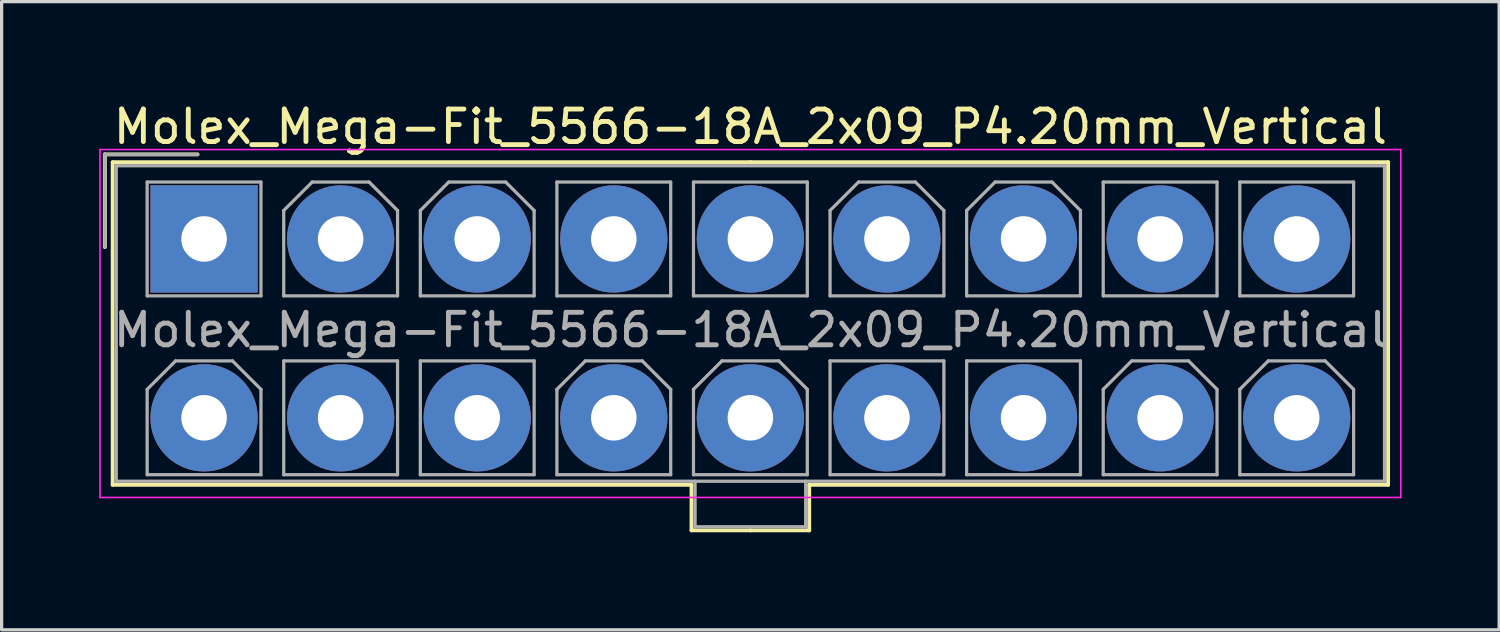
<source format=kicad_pcb>
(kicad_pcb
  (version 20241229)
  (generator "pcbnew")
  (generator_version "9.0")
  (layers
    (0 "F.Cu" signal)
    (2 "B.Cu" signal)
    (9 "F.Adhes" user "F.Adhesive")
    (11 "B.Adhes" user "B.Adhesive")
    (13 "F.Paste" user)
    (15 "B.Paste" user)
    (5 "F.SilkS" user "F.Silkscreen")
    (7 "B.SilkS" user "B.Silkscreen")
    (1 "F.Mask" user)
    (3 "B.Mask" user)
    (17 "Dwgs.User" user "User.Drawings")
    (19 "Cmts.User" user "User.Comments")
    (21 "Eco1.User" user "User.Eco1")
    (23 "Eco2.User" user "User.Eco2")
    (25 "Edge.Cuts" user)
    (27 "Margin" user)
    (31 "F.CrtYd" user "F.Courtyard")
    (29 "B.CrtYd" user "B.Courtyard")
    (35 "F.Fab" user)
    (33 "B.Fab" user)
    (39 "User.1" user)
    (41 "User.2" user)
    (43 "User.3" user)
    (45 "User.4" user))
  (footprint "Molex_Mega-Fit_5566-18A_2x09_P4.20mm_Vertical"
    (layer "F.Cu")
    (at 3.225 4.298)
    (property "Reference" "Molex_Mega-Fit_5566-18A_2x09_P4.20mm_Vertical" (at 16.8 -3.45 0) (layer "F.SilkS") (effects (font (size 1 1) (thickness 0.15))))
    (attr through_hole)
    (fp_line (start -3.05 -2.6) (end -3.05 0.25) (stroke (width 0.12) (type solid)) (layer "F.SilkS"))
    (fp_line (start -2.81 -2.36) (end -2.81 7.56) (stroke (width 0.12) (type solid)) (layer "F.SilkS"))
    (fp_line (start -2.81 7.56) (end 14.99 7.56) (stroke (width 0.12) (type solid)) (layer "F.SilkS"))
    (fp_line (start -0.2 -2.6) (end -3.05 -2.6) (stroke (width 0.12) (type solid)) (layer "F.SilkS"))
    (fp_line (start 14.99 7.56) (end 14.99 8.96) (stroke (width 0.12) (type solid)) (layer "F.SilkS"))
    (fp_line (start 14.99 8.96) (end 16.8 8.96) (stroke (width 0.12) (type solid)) (layer "F.SilkS"))
    (fp_line (start 16.8 -2.36) (end -2.81 -2.36) (stroke (width 0.12) (type solid)) (layer "F.SilkS"))
    (fp_line (start 16.8 -2.36) (end 36.41 -2.36) (stroke (width 0.12) (type solid)) (layer "F.SilkS"))
    (fp_line (start 18.61 7.56) (end 18.61 8.96) (stroke (width 0.12) (type solid)) (layer "F.SilkS"))
    (fp_line (start 18.61 8.96) (end 16.8 8.96) (stroke (width 0.12) (type solid)) (layer "F.SilkS"))
    (fp_line (start 36.41 -2.36) (end 36.41 7.56) (stroke (width 0.12) (type solid)) (layer "F.SilkS"))
    (fp_line (start 36.41 7.56) (end 18.61 7.56) (stroke (width 0.12) (type solid)) (layer "F.SilkS"))
    (fp_line (start -3.2 -2.75) (end -3.2 7.95) (stroke (width 0.05) (type solid)) (layer "F.CrtYd"))
    (fp_line (start -3.2 7.95) (end 36.8 7.95) (stroke (width 0.05) (type solid)) (layer "F.CrtYd"))
    (fp_line (start 36.8 -2.75) (end -3.2 -2.75) (stroke (width 0.05) (type solid)) (layer "F.CrtYd"))
    (fp_line (start 36.8 7.95) (end 36.8 -2.75) (stroke (width 0.05) (type solid)) (layer "F.CrtYd"))
    (fp_line (start -3.05 -2.6) (end -3.05 0.25) (stroke (width 0.1) (type solid)) (layer "F.Fab"))
    (fp_line (start -2.7 -2.25) (end -2.7 7.45) (stroke (width 0.1) (type solid)) (layer "F.Fab"))
    (fp_line (start -2.7 7.45) (end 36.3 7.45) (stroke (width 0.1) (type solid)) (layer "F.Fab"))
    (fp_line (start -1.75 -1.75) (end -1.75 1.75) (stroke (width 0.1) (type solid)) (layer "F.Fab"))
    (fp_line (start -1.75 1.75) (end 1.75 1.75) (stroke (width 0.1) (type solid)) (layer "F.Fab"))
    (fp_line (start -1.75 4.625) (end -0.875 3.75) (stroke (width 0.1) (type solid)) (layer "F.Fab"))
    (fp_line (start -1.75 7.25) (end -1.75 4.625) (stroke (width 0.1) (type solid)) (layer "F.Fab"))
    (fp_line (start -0.875 3.75) (end 0.875 3.75) (stroke (width 0.1) (type solid)) (layer "F.Fab"))
    (fp_line (start -0.2 -2.6) (end -3.05 -2.6) (stroke (width 0.1) (type solid)) (layer "F.Fab"))
    (fp_line (start 0.875 3.75) (end 1.75 4.625) (stroke (width 0.1) (type solid)) (layer "F.Fab"))
    (fp_line (start 1.75 -1.75) (end -1.75 -1.75) (stroke (width 0.1) (type solid)) (layer "F.Fab"))
    (fp_line (start 1.75 1.75) (end 1.75 -1.75) (stroke (width 0.1) (type solid)) (layer "F.Fab"))
    (fp_line (start 1.75 4.625) (end 1.75 7.25) (stroke (width 0.1) (type solid)) (layer "F.Fab"))
    (fp_line (start 1.75 7.25) (end -1.75 7.25) (stroke (width 0.1) (type solid)) (layer "F.Fab"))
    (fp_line (start 2.45 -0.875) (end 3.325 -1.75) (stroke (width 0.1) (type solid)) (layer "F.Fab"))
    (fp_line (start 2.45 1.75) (end 2.45 -0.875) (stroke (width 0.1) (type solid)) (layer "F.Fab"))
    (fp_line (start 2.45 3.75) (end 2.45 7.25) (stroke (width 0.1) (type solid)) (layer "F.Fab"))
    (fp_line (start 2.45 7.25) (end 5.95 7.25) (stroke (width 0.1) (type solid)) (layer "F.Fab"))
    (fp_line (start 3.325 -1.75) (end 5.075 -1.75) (stroke (width 0.1) (type solid)) (layer "F.Fab"))
    (fp_line (start 5.075 -1.75) (end 5.95 -0.875) (stroke (width 0.1) (type solid)) (layer "F.Fab"))
    (fp_line (start 5.95 -0.875) (end 5.95 1.75) (stroke (width 0.1) (type solid)) (layer "F.Fab"))
    (fp_line (start 5.95 1.75) (end 2.45 1.75) (stroke (width 0.1) (type solid)) (layer "F.Fab"))
    (fp_line (start 5.95 3.75) (end 2.45 3.75) (stroke (width 0.1) (type solid)) (layer "F.Fab"))
    (fp_line (start 5.95 7.25) (end 5.95 3.75) (stroke (width 0.1) (type solid)) (layer "F.Fab"))
    (fp_line (start 6.65 -0.875) (end 7.525 -1.75) (stroke (width 0.1) (type solid)) (layer "F.Fab"))
    (fp_line (start 6.65 1.75) (end 6.65 -0.875) (stroke (width 0.1) (type solid)) (layer "F.Fab"))
    (fp_line (start 6.65 3.75) (end 6.65 7.25) (stroke (width 0.1) (type solid)) (layer "F.Fab"))
    (fp_line (start 6.65 7.25) (end 10.15 7.25) (stroke (width 0.1) (type solid)) (layer "F.Fab"))
    (fp_line (start 7.525 -1.75) (end 9.275 -1.75) (stroke (width 0.1) (type solid)) (layer "F.Fab"))
    (fp_line (start 9.275 -1.75) (end 10.15 -0.875) (stroke (width 0.1) (type solid)) (layer "F.Fab"))
    (fp_line (start 10.15 -0.875) (end 10.15 1.75) (stroke (width 0.1) (type solid)) (layer "F.Fab"))
    (fp_line (start 10.15 1.75) (end 6.65 1.75) (stroke (width 0.1) (type solid)) (layer "F.Fab"))
    (fp_line (start 10.15 3.75) (end 6.65 3.75) (stroke (width 0.1) (type solid)) (layer "F.Fab"))
    (fp_line (start 10.15 7.25) (end 10.15 3.75) (stroke (width 0.1) (type solid)) (layer "F.Fab"))
    (fp_line (start 10.85 -1.75) (end 10.85 1.75) (stroke (width 0.1) (type solid)) (layer "F.Fab"))
    (fp_line (start 10.85 1.75) (end 14.35 1.75) (stroke (width 0.1) (type solid)) (layer "F.Fab"))
    (fp_line (start 10.85 4.625) (end 11.725 3.75) (stroke (width 0.1) (type solid)) (layer "F.Fab"))
    (fp_line (start 10.85 7.25) (end 10.85 4.625) (stroke (width 0.1) (type solid)) (layer "F.Fab"))
    (fp_line (start 11.725 3.75) (end 13.475 3.75) (stroke (width 0.1) (type solid)) (layer "F.Fab"))
    (fp_line (start 13.475 3.75) (end 14.35 4.625) (stroke (width 0.1) (type solid)) (layer "F.Fab"))
    (fp_line (start 14.35 -1.75) (end 10.85 -1.75) (stroke (width 0.1) (type solid)) (layer "F.Fab"))
    (fp_line (start 14.35 1.75) (end 14.35 -1.75) (stroke (width 0.1) (type solid)) (layer "F.Fab"))
    (fp_line (start 14.35 4.625) (end 14.35 7.25) (stroke (width 0.1) (type solid)) (layer "F.Fab"))
    (fp_line (start 14.35 7.25) (end 10.85 7.25) (stroke (width 0.1) (type solid)) (layer "F.Fab"))
    (fp_line (start 15.05 -1.75) (end 15.05 1.75) (stroke (width 0.1) (type solid)) (layer "F.Fab"))
    (fp_line (start 15.05 1.75) (end 18.55 1.75) (stroke (width 0.1) (type solid)) (layer "F.Fab"))
    (fp_line (start 15.05 4.625) (end 15.925 3.75) (stroke (width 0.1) (type solid)) (layer "F.Fab"))
    (fp_line (start 15.05 7.25) (end 15.05 4.625) (stroke (width 0.1) (type solid)) (layer "F.Fab"))
    (fp_line (start 15.1 7.45) (end 15.1 8.85) (stroke (width 0.1) (type solid)) (layer "F.Fab"))
    (fp_line (start 15.1 8.85) (end 18.5 8.85) (stroke (width 0.1) (type solid)) (layer "F.Fab"))
    (fp_line (start 15.925 3.75) (end 17.675 3.75) (stroke (width 0.1) (type solid)) (layer "F.Fab"))
    (fp_line (start 17.675 3.75) (end 18.55 4.625) (stroke (width 0.1) (type solid)) (layer "F.Fab"))
    (fp_line (start 18.5 8.85) (end 18.5 7.45) (stroke (width 0.1) (type solid)) (layer "F.Fab"))
    (fp_line (start 18.55 -1.75) (end 15.05 -1.75) (stroke (width 0.1) (type solid)) (layer "F.Fab"))
    (fp_line (start 18.55 1.75) (end 18.55 -1.75) (stroke (width 0.1) (type solid)) (layer "F.Fab"))
    (fp_line (start 18.55 4.625) (end 18.55 7.25) (stroke (width 0.1) (type solid)) (layer "F.Fab"))
    (fp_line (start 18.55 7.25) (end 15.05 7.25) (stroke (width 0.1) (type solid)) (layer "F.Fab"))
    (fp_line (start 19.25 -0.875) (end 20.125 -1.75) (stroke (width 0.1) (type solid)) (layer "F.Fab"))
    (fp_line (start 19.25 1.75) (end 19.25 -0.875) (stroke (width 0.1) (type solid)) (layer "F.Fab"))
    (fp_line (start 19.25 3.75) (end 19.25 7.25) (stroke (width 0.1) (type solid)) (layer "F.Fab"))
    (fp_line (start 19.25 7.25) (end 22.75 7.25) (stroke (width 0.1) (type solid)) (layer "F.Fab"))
    (fp_line (start 20.125 -1.75) (end 21.875 -1.75) (stroke (width 0.1) (type solid)) (layer "F.Fab"))
    (fp_line (start 21.875 -1.75) (end 22.75 -0.875) (stroke (width 0.1) (type solid)) (layer "F.Fab"))
    (fp_line (start 22.75 -0.875) (end 22.75 1.75) (stroke (width 0.1) (type solid)) (layer "F.Fab"))
    (fp_line (start 22.75 1.75) (end 19.25 1.75) (stroke (width 0.1) (type solid)) (layer "F.Fab"))
    (fp_line (start 22.75 3.75) (end 19.25 3.75) (stroke (width 0.1) (type solid)) (layer "F.Fab"))
    (fp_line (start 22.75 7.25) (end 22.75 3.75) (stroke (width 0.1) (type solid)) (layer "F.Fab"))
    (fp_line (start 23.45 -0.875) (end 24.325 -1.75) (stroke (width 0.1) (type solid)) (layer "F.Fab"))
    (fp_line (start 23.45 1.75) (end 23.45 -0.875) (stroke (width 0.1) (type solid)) (layer "F.Fab"))
    (fp_line (start 23.45 3.75) (end 23.45 7.25) (stroke (width 0.1) (type solid)) (layer "F.Fab"))
    (fp_line (start 23.45 7.25) (end 26.95 7.25) (stroke (width 0.1) (type solid)) (layer "F.Fab"))
    (fp_line (start 24.325 -1.75) (end 26.075 -1.75) (stroke (width 0.1) (type solid)) (layer "F.Fab"))
    (fp_line (start 26.075 -1.75) (end 26.95 -0.875) (stroke (width 0.1) (type solid)) (layer "F.Fab"))
    (fp_line (start 26.95 -0.875) (end 26.95 1.75) (stroke (width 0.1) (type solid)) (layer "F.Fab"))
    (fp_line (start 26.95 1.75) (end 23.45 1.75) (stroke (width 0.1) (type solid)) (layer "F.Fab"))
    (fp_line (start 26.95 3.75) (end 23.45 3.75) (stroke (width 0.1) (type solid)) (layer "F.Fab"))
    (fp_line (start 26.95 7.25) (end 26.95 3.75) (stroke (width 0.1) (type solid)) (layer "F.Fab"))
    (fp_line (start 27.65 -1.75) (end 27.65 1.75) (stroke (width 0.1) (type solid)) (layer "F.Fab"))
    (fp_line (start 27.65 1.75) (end 31.15 1.75) (stroke (width 0.1) (type solid)) (layer "F.Fab"))
    (fp_line (start 27.65 4.625) (end 28.525 3.75) (stroke (width 0.1) (type solid)) (layer "F.Fab"))
    (fp_line (start 27.65 7.25) (end 27.65 4.625) (stroke (width 0.1) (type solid)) (layer "F.Fab"))
    (fp_line (start 28.525 3.75) (end 30.275 3.75) (stroke (width 0.1) (type solid)) (layer "F.Fab"))
    (fp_line (start 30.275 3.75) (end 31.15 4.625) (stroke (width 0.1) (type solid)) (layer "F.Fab"))
    (fp_line (start 31.15 -1.75) (end 27.65 -1.75) (stroke (width 0.1) (type solid)) (layer "F.Fab"))
    (fp_line (start 31.15 1.75) (end 31.15 -1.75) (stroke (width 0.1) (type solid)) (layer "F.Fab"))
    (fp_line (start 31.15 4.625) (end 31.15 7.25) (stroke (width 0.1) (type solid)) (layer "F.Fab"))
    (fp_line (start 31.15 7.25) (end 27.65 7.25) (stroke (width 0.1) (type solid)) (layer "F.Fab"))
    (fp_line (start 31.85 -1.75) (end 31.85 1.75) (stroke (width 0.1) (type solid)) (layer "F.Fab"))
    (fp_line (start 31.85 1.75) (end 35.35 1.75) (stroke (width 0.1) (type solid)) (layer "F.Fab"))
    (fp_line (start 31.85 4.625) (end 32.725 3.75) (stroke (width 0.1) (type solid)) (layer "F.Fab"))
    (fp_line (start 31.85 7.25) (end 31.85 4.625) (stroke (width 0.1) (type solid)) (layer "F.Fab"))
    (fp_line (start 32.725 3.75) (end 34.475 3.75) (stroke (width 0.1) (type solid)) (layer "F.Fab"))
    (fp_line (start 34.475 3.75) (end 35.35 4.625) (stroke (width 0.1) (type solid)) (layer "F.Fab"))
    (fp_line (start 35.35 -1.75) (end 31.85 -1.75) (stroke (width 0.1) (type solid)) (layer "F.Fab"))
    (fp_line (start 35.35 1.75) (end 35.35 -1.75) (stroke (width 0.1) (type solid)) (layer "F.Fab"))
    (fp_line (start 35.35 4.625) (end 35.35 7.25) (stroke (width 0.1) (type solid)) (layer "F.Fab"))
    (fp_line (start 35.35 7.25) (end 31.85 7.25) (stroke (width 0.1) (type solid)) (layer "F.Fab"))
    (fp_line (start 36.3 -2.25) (end -2.7 -2.25) (stroke (width 0.1) (type solid)) (layer "F.Fab"))
    (fp_line (start 36.3 7.45) (end 36.3 -2.25) (stroke (width 0.1) (type solid)) (layer "F.Fab"))
    (fp_text user "${REFERENCE}" (at 16.8 2.8 0) (layer "F.Fab") (effects (font (size 1 1) (thickness 0.15))))
    (pad "1" thru_hole rect (at 0 0) (size 3.3 3.3) (drill 1.4) (layers "*.Cu" "*.Mask"))
    (pad "2" thru_hole circle (at 4.2 0) (size 3.3 3.3) (drill 1.4) (layers "*.Cu" "*.Mask"))
    (pad "3" thru_hole circle (at 8.4 0) (size 3.3 3.3) (drill 1.4) (layers "*.Cu" "*.Mask"))
    (pad "4" thru_hole circle (at 12.6 0) (size 3.3 3.3) (drill 1.4) (layers "*.Cu" "*.Mask"))
    (pad "5" thru_hole circle (at 16.8 0) (size 3.3 3.3) (drill 1.4) (layers "*.Cu" "*.Mask"))
    (pad "6" thru_hole circle (at 21 0) (size 3.3 3.3) (drill 1.4) (layers "*.Cu" "*.Mask"))
    (pad "7" thru_hole circle (at 25.2 0) (size 3.3 3.3) (drill 1.4) (layers "*.Cu" "*.Mask"))
    (pad "8" thru_hole circle (at 29.4 0) (size 3.3 3.3) (drill 1.4) (layers "*.Cu" "*.Mask"))
    (pad "9" thru_hole circle (at 33.6 0) (size 3.3 3.3) (drill 1.4) (layers "*.Cu" "*.Mask"))
    (pad "10" thru_hole circle (at 0 5.5) (size 3.3 3.3) (drill 1.4) (layers "*.Cu" "*.Mask"))
    (pad "11" thru_hole circle (at 4.2 5.5) (size 3.3 3.3) (drill 1.4) (layers "*.Cu" "*.Mask"))
    (pad "12" thru_hole circle (at 8.4 5.5) (size 3.3 3.3) (drill 1.4) (layers "*.Cu" "*.Mask"))
    (pad "13" thru_hole circle (at 12.6 5.5) (size 3.3 3.3) (drill 1.4) (layers "*.Cu" "*.Mask"))
    (pad "14" thru_hole circle (at 16.8 5.5) (size 3.3 3.3) (drill 1.4) (layers "*.Cu" "*.Mask"))
    (pad "15" thru_hole circle (at 21 5.5) (size 3.3 3.3) (drill 1.4) (layers "*.Cu" "*.Mask"))
    (pad "16" thru_hole circle (at 25.2 5.5) (size 3.3 3.3) (drill 1.4) (layers "*.Cu" "*.Mask"))
    (pad "17" thru_hole circle (at 29.4 5.5) (size 3.3 3.3) (drill 1.4) (layers "*.Cu" "*.Mask"))
    (pad "18" thru_hole circle (at 33.6 5.5) (size 3.3 3.3) (drill 1.4) (layers "*.Cu" "*.Mask")))
  (gr_rect
    (start -3 -3)
    (end 43.05 16.318)
    (stroke (width 0.1) (type default))
    (fill no)
    (layer "Edge.Cuts")))
</source>
